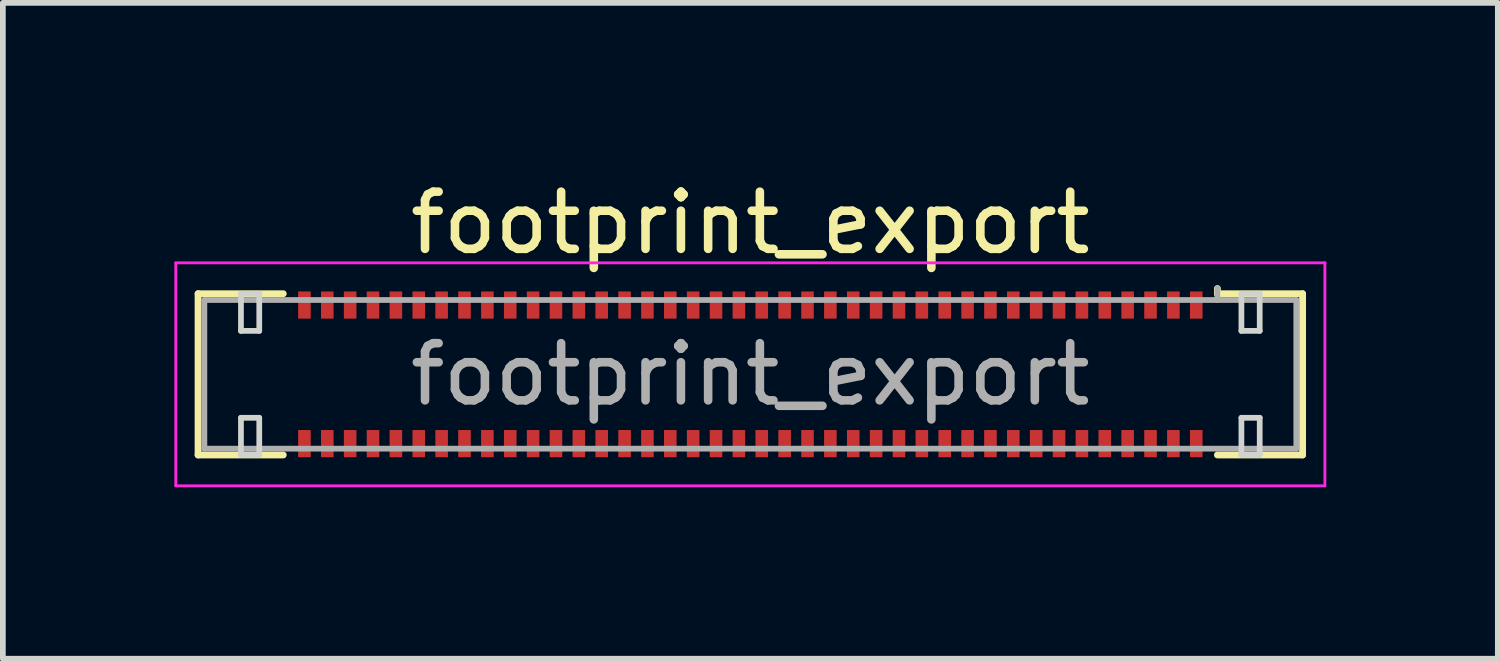
<source format=kicad_pcb>
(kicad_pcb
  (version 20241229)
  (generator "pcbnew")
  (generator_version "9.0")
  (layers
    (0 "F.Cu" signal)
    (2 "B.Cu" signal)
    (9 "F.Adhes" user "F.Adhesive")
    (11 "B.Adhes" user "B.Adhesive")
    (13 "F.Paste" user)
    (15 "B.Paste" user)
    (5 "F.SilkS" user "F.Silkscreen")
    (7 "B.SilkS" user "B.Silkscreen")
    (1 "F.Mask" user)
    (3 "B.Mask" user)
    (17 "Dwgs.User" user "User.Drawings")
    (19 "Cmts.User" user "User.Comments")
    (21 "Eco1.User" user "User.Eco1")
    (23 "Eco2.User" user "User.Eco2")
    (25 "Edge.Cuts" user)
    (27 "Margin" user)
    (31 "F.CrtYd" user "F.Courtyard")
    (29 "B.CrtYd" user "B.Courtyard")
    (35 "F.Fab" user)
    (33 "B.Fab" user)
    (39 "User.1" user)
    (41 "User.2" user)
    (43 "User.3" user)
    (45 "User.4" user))
  (footprint "footprint_export"
    (layer "F.Cu")
    (at 10.075 3.498)
    (property "Reference" "footprint_export" (at 0 -2.65 0) (layer "F.SilkS") (effects (font (size 1 1) (thickness 0.15))))
    (attr smd)
    (fp_line (start -9.66 -1.41) (end -8.17 -1.41) (stroke (width 0.12) (type solid)) (layer "F.SilkS"))
    (fp_line (start -9.66 1.41) (end -9.66 -1.41) (stroke (width 0.12) (type solid)) (layer "F.SilkS"))
    (fp_line (start -8.17 1.41) (end -9.66 1.41) (stroke (width 0.12) (type solid)) (layer "F.SilkS"))
    (fp_line (start 8.17 -1.41) (end 8.17 -1.5) (stroke (width 0.12) (type solid)) (layer "F.SilkS"))
    (fp_line (start 8.17 1.41) (end 9.66 1.41) (stroke (width 0.12) (type solid)) (layer "F.SilkS"))
    (fp_line (start 9.66 -1.41) (end 8.17 -1.41) (stroke (width 0.12) (type solid)) (layer "F.SilkS"))
    (fp_line (start 9.66 1.41) (end 9.66 -1.41) (stroke (width 0.12) (type solid)) (layer "F.SilkS"))
    (fp_line (start -8.91 -1.41) (end -8.91 -0.76) (stroke (width 0.1) (type solid)) (layer "Edge.Cuts"))
    (fp_line (start -8.91 -0.76) (end -8.59 -0.76) (stroke (width 0.1) (type solid)) (layer "Edge.Cuts"))
    (fp_line (start -8.91 0.76) (end -8.91 1.41) (stroke (width 0.1) (type solid)) (layer "Edge.Cuts"))
    (fp_line (start -8.91 1.41) (end -8.59 1.41) (stroke (width 0.1) (type solid)) (layer "Edge.Cuts"))
    (fp_line (start -8.59 -1.41) (end -8.91 -1.41) (stroke (width 0.1) (type solid)) (layer "Edge.Cuts"))
    (fp_line (start -8.59 -0.76) (end -8.59 -1.41) (stroke (width 0.1) (type solid)) (layer "Edge.Cuts"))
    (fp_line (start -8.59 0.76) (end -8.91 0.76) (stroke (width 0.1) (type solid)) (layer "Edge.Cuts"))
    (fp_line (start -8.59 1.41) (end -8.59 0.76) (stroke (width 0.1) (type solid)) (layer "Edge.Cuts"))
    (fp_line (start 8.59 -1.41) (end 8.59 -0.76) (stroke (width 0.1) (type solid)) (layer "Edge.Cuts"))
    (fp_line (start 8.59 -0.76) (end 8.91 -0.76) (stroke (width 0.1) (type solid)) (layer "Edge.Cuts"))
    (fp_line (start 8.59 0.76) (end 8.59 1.41) (stroke (width 0.1) (type solid)) (layer "Edge.Cuts"))
    (fp_line (start 8.59 1.41) (end 8.91 1.41) (stroke (width 0.1) (type solid)) (layer "Edge.Cuts"))
    (fp_line (start 8.91 -1.41) (end 8.59 -1.41) (stroke (width 0.1) (type solid)) (layer "Edge.Cuts"))
    (fp_line (start 8.91 -0.76) (end 8.91 -1.41) (stroke (width 0.1) (type solid)) (layer "Edge.Cuts"))
    (fp_line (start 8.91 0.76) (end 8.59 0.76) (stroke (width 0.1) (type solid)) (layer "Edge.Cuts"))
    (fp_line (start 8.91 1.41) (end 8.91 0.76) (stroke (width 0.1) (type solid)) (layer "Edge.Cuts"))
    (fp_line (start -10.05 -1.95) (end -10.05 1.95) (stroke (width 0.05) (type solid)) (layer "F.CrtYd"))
    (fp_line (start -10.05 1.95) (end 10.05 1.95) (stroke (width 0.05) (type solid)) (layer "F.CrtYd"))
    (fp_line (start 10.05 -1.95) (end -10.05 -1.95) (stroke (width 0.05) (type solid)) (layer "F.CrtYd"))
    (fp_line (start 10.05 1.95) (end 10.05 -1.95) (stroke (width 0.05) (type solid)) (layer "F.CrtYd"))
    (fp_line (start -9.55 -1.3) (end -9.55 1.3) (stroke (width 0.1) (type solid)) (layer "F.Fab"))
    (fp_line (start -9.55 1.3) (end 9.55 1.3) (stroke (width 0.1) (type solid)) (layer "F.Fab"))
    (fp_line (start 8.17 -1.3) (end 8.17 -1.5) (stroke (width 0.1) (type solid)) (layer "F.Fab"))
    (fp_line (start 9.55 -1.3) (end -9.55 -1.3) (stroke (width 0.1) (type solid)) (layer "F.Fab"))
    (fp_line (start 9.55 1.3) (end 9.55 -1.3) (stroke (width 0.1) (type solid)) (layer "F.Fab"))
    (fp_text user "${REFERENCE}" (at 0 0 0) (layer "F.Fab") (effects (font (size 1 1) (thickness 0.15))))
    (pad "1" smd rect (at 7.8 -1.212) (size 0.22 0.475) (layers "F.Cu" "F.Mask" "F.Paste"))
    (pad "2" smd rect (at 7.8 1.212) (size 0.22 0.475) (layers "F.Cu" "F.Mask" "F.Paste"))
    (pad "3" smd rect (at 7.4 -1.212) (size 0.22 0.475) (layers "F.Cu" "F.Mask" "F.Paste"))
    (pad "4" smd rect (at 7.4 1.212) (size 0.22 0.475) (layers "F.Cu" "F.Mask" "F.Paste"))
    (pad "5" smd rect (at 7 -1.212) (size 0.22 0.475) (layers "F.Cu" "F.Mask" "F.Paste"))
    (pad "6" smd rect (at 7 1.212) (size 0.22 0.475) (layers "F.Cu" "F.Mask" "F.Paste"))
    (pad "7" smd rect (at 6.6 -1.212) (size 0.22 0.475) (layers "F.Cu" "F.Mask" "F.Paste"))
    (pad "8" smd rect (at 6.6 1.212) (size 0.22 0.475) (layers "F.Cu" "F.Mask" "F.Paste"))
    (pad "9" smd rect (at 6.2 -1.212) (size 0.22 0.475) (layers "F.Cu" "F.Mask" "F.Paste"))
    (pad "10" smd rect (at 6.2 1.212) (size 0.22 0.475) (layers "F.Cu" "F.Mask" "F.Paste"))
    (pad "11" smd rect (at 5.8 -1.212) (size 0.22 0.475) (layers "F.Cu" "F.Mask" "F.Paste"))
    (pad "12" smd rect (at 5.8 1.212) (size 0.22 0.475) (layers "F.Cu" "F.Mask" "F.Paste"))
    (pad "13" smd rect (at 5.4 -1.212) (size 0.22 0.475) (layers "F.Cu" "F.Mask" "F.Paste"))
    (pad "14" smd rect (at 5.4 1.212) (size 0.22 0.475) (layers "F.Cu" "F.Mask" "F.Paste"))
    (pad "15" smd rect (at 5 -1.212) (size 0.22 0.475) (layers "F.Cu" "F.Mask" "F.Paste"))
    (pad "16" smd rect (at 5 1.212) (size 0.22 0.475) (layers "F.Cu" "F.Mask" "F.Paste"))
    (pad "17" smd rect (at 4.6 -1.212) (size 0.22 0.475) (layers "F.Cu" "F.Mask" "F.Paste"))
    (pad "18" smd rect (at 4.6 1.212) (size 0.22 0.475) (layers "F.Cu" "F.Mask" "F.Paste"))
    (pad "19" smd rect (at 4.2 -1.212) (size 0.22 0.475) (layers "F.Cu" "F.Mask" "F.Paste"))
    (pad "20" smd rect (at 4.2 1.212) (size 0.22 0.475) (layers "F.Cu" "F.Mask" "F.Paste"))
    (pad "21" smd rect (at 3.8 -1.212) (size 0.22 0.475) (layers "F.Cu" "F.Mask" "F.Paste"))
    (pad "22" smd rect (at 3.8 1.212) (size 0.22 0.475) (layers "F.Cu" "F.Mask" "F.Paste"))
    (pad "23" smd rect (at 3.4 -1.212) (size 0.22 0.475) (layers "F.Cu" "F.Mask" "F.Paste"))
    (pad "24" smd rect (at 3.4 1.212) (size 0.22 0.475) (layers "F.Cu" "F.Mask" "F.Paste"))
    (pad "25" smd rect (at 3 -1.212) (size 0.22 0.475) (layers "F.Cu" "F.Mask" "F.Paste"))
    (pad "26" smd rect (at 3 1.212) (size 0.22 0.475) (layers "F.Cu" "F.Mask" "F.Paste"))
    (pad "27" smd rect (at 2.6 -1.212) (size 0.22 0.475) (layers "F.Cu" "F.Mask" "F.Paste"))
    (pad "28" smd rect (at 2.6 1.212) (size 0.22 0.475) (layers "F.Cu" "F.Mask" "F.Paste"))
    (pad "29" smd rect (at 2.2 -1.212) (size 0.22 0.475) (layers "F.Cu" "F.Mask" "F.Paste"))
    (pad "30" smd rect (at 2.2 1.212) (size 0.22 0.475) (layers "F.Cu" "F.Mask" "F.Paste"))
    (pad "31" smd rect (at 1.8 -1.212) (size 0.22 0.475) (layers "F.Cu" "F.Mask" "F.Paste"))
    (pad "32" smd rect (at 1.8 1.212) (size 0.22 0.475) (layers "F.Cu" "F.Mask" "F.Paste"))
    (pad "33" smd rect (at 1.4 -1.212) (size 0.22 0.475) (layers "F.Cu" "F.Mask" "F.Paste"))
    (pad "34" smd rect (at 1.4 1.212) (size 0.22 0.475) (layers "F.Cu" "F.Mask" "F.Paste"))
    (pad "35" smd rect (at 1 -1.212) (size 0.22 0.475) (layers "F.Cu" "F.Mask" "F.Paste"))
    (pad "36" smd rect (at 1 1.212) (size 0.22 0.475) (layers "F.Cu" "F.Mask" "F.Paste"))
    (pad "37" smd rect (at 0.6 -1.212) (size 0.22 0.475) (layers "F.Cu" "F.Mask" "F.Paste"))
    (pad "38" smd rect (at 0.6 1.212) (size 0.22 0.475) (layers "F.Cu" "F.Mask" "F.Paste"))
    (pad "39" smd rect (at 0.2 -1.212) (size 0.22 0.475) (layers "F.Cu" "F.Mask" "F.Paste"))
    (pad "40" smd rect (at 0.2 1.212) (size 0.22 0.475) (layers "F.Cu" "F.Mask" "F.Paste"))
    (pad "41" smd rect (at -0.2 -1.212) (size 0.22 0.475) (layers "F.Cu" "F.Mask" "F.Paste"))
    (pad "42" smd rect (at -0.2 1.212) (size 0.22 0.475) (layers "F.Cu" "F.Mask" "F.Paste"))
    (pad "43" smd rect (at -0.6 -1.212) (size 0.22 0.475) (layers "F.Cu" "F.Mask" "F.Paste"))
    (pad "44" smd rect (at -0.6 1.212) (size 0.22 0.475) (layers "F.Cu" "F.Mask" "F.Paste"))
    (pad "45" smd rect (at -1 -1.212) (size 0.22 0.475) (layers "F.Cu" "F.Mask" "F.Paste"))
    (pad "46" smd rect (at -1 1.212) (size 0.22 0.475) (layers "F.Cu" "F.Mask" "F.Paste"))
    (pad "47" smd rect (at -1.4 -1.212) (size 0.22 0.475) (layers "F.Cu" "F.Mask" "F.Paste"))
    (pad "48" smd rect (at -1.4 1.212) (size 0.22 0.475) (layers "F.Cu" "F.Mask" "F.Paste"))
    (pad "49" smd rect (at -1.8 -1.212) (size 0.22 0.475) (layers "F.Cu" "F.Mask" "F.Paste"))
    (pad "50" smd rect (at -1.8 1.212) (size 0.22 0.475) (layers "F.Cu" "F.Mask" "F.Paste"))
    (pad "51" smd rect (at -2.2 -1.212) (size 0.22 0.475) (layers "F.Cu" "F.Mask" "F.Paste"))
    (pad "52" smd rect (at -2.2 1.212) (size 0.22 0.475) (layers "F.Cu" "F.Mask" "F.Paste"))
    (pad "53" smd rect (at -2.6 -1.212) (size 0.22 0.475) (layers "F.Cu" "F.Mask" "F.Paste"))
    (pad "54" smd rect (at -2.6 1.212) (size 0.22 0.475) (layers "F.Cu" "F.Mask" "F.Paste"))
    (pad "55" smd rect (at -3 -1.212) (size 0.22 0.475) (layers "F.Cu" "F.Mask" "F.Paste"))
    (pad "56" smd rect (at -3 1.212) (size 0.22 0.475) (layers "F.Cu" "F.Mask" "F.Paste"))
    (pad "57" smd rect (at -3.4 -1.212) (size 0.22 0.475) (layers "F.Cu" "F.Mask" "F.Paste"))
    (pad "58" smd rect (at -3.4 1.212) (size 0.22 0.475) (layers "F.Cu" "F.Mask" "F.Paste"))
    (pad "59" smd rect (at -3.8 -1.212) (size 0.22 0.475) (layers "F.Cu" "F.Mask" "F.Paste"))
    (pad "60" smd rect (at -3.8 1.212) (size 0.22 0.475) (layers "F.Cu" "F.Mask" "F.Paste"))
    (pad "61" smd rect (at -4.2 -1.212) (size 0.22 0.475) (layers "F.Cu" "F.Mask" "F.Paste"))
    (pad "62" smd rect (at -4.2 1.212) (size 0.22 0.475) (layers "F.Cu" "F.Mask" "F.Paste"))
    (pad "63" smd rect (at -4.6 -1.212) (size 0.22 0.475) (layers "F.Cu" "F.Mask" "F.Paste"))
    (pad "64" smd rect (at -4.6 1.212) (size 0.22 0.475) (layers "F.Cu" "F.Mask" "F.Paste"))
    (pad "65" smd rect (at -5 -1.212) (size 0.22 0.475) (layers "F.Cu" "F.Mask" "F.Paste"))
    (pad "66" smd rect (at -5 1.212) (size 0.22 0.475) (layers "F.Cu" "F.Mask" "F.Paste"))
    (pad "67" smd rect (at -5.4 -1.212) (size 0.22 0.475) (layers "F.Cu" "F.Mask" "F.Paste"))
    (pad "68" smd rect (at -5.4 1.212) (size 0.22 0.475) (layers "F.Cu" "F.Mask" "F.Paste"))
    (pad "69" smd rect (at -5.8 -1.212) (size 0.22 0.475) (layers "F.Cu" "F.Mask" "F.Paste"))
    (pad "70" smd rect (at -5.8 1.212) (size 0.22 0.475) (layers "F.Cu" "F.Mask" "F.Paste"))
    (pad "71" smd rect (at -6.2 -1.212) (size 0.22 0.475) (layers "F.Cu" "F.Mask" "F.Paste"))
    (pad "72" smd rect (at -6.2 1.212) (size 0.22 0.475) (layers "F.Cu" "F.Mask" "F.Paste"))
    (pad "73" smd rect (at -6.6 -1.212) (size 0.22 0.475) (layers "F.Cu" "F.Mask" "F.Paste"))
    (pad "74" smd rect (at -6.6 1.212) (size 0.22 0.475) (layers "F.Cu" "F.Mask" "F.Paste"))
    (pad "75" smd rect (at -7 -1.212) (size 0.22 0.475) (layers "F.Cu" "F.Mask" "F.Paste"))
    (pad "76" smd rect (at -7 1.212) (size 0.22 0.475) (layers "F.Cu" "F.Mask" "F.Paste"))
    (pad "77" smd rect (at -7.4 -1.212) (size 0.22 0.475) (layers "F.Cu" "F.Mask" "F.Paste"))
    (pad "78" smd rect (at -7.4 1.212) (size 0.22 0.475) (layers "F.Cu" "F.Mask" "F.Paste"))
    (pad "79" smd rect (at -7.8 -1.212) (size 0.22 0.475) (layers "F.Cu" "F.Mask" "F.Paste"))
    (pad "80" smd rect (at -7.8 1.212) (size 0.22 0.475) (layers "F.Cu" "F.Mask" "F.Paste")))
  (gr_rect
    (start -3 -3)
    (end 23.15 8.473)
    (stroke (width 0.1) (type default))
    (fill no)
    (layer "Edge.Cuts")))
</source>
